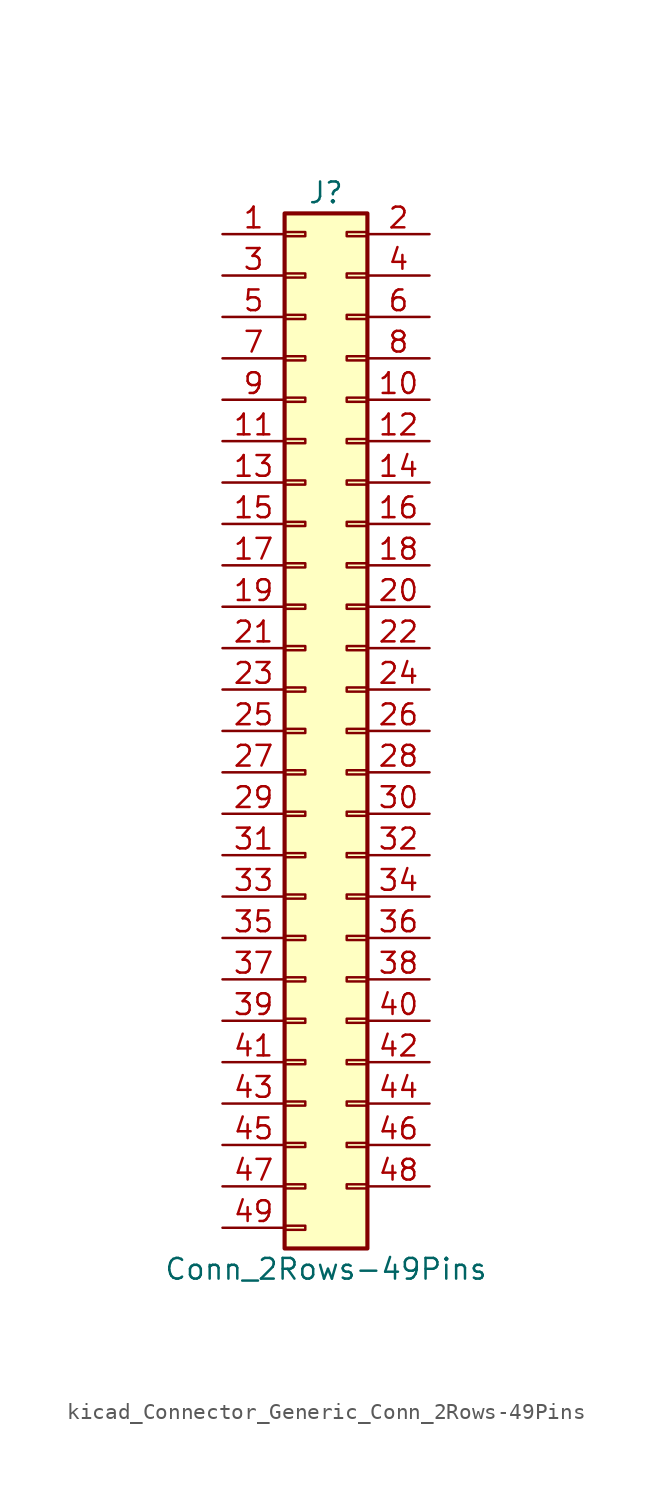
<source format=kicad_sym>
(kicad_symbol_lib
  (version 20220914)
  (generator kicad_symbol_editor)
  (symbol "kicad_Connector_Generic_Conn_2Rows-49Pins"
    (pin_names
      (offset 1.016) hide)
    (property "Reference" "J"
      (at 1.27 33.02 0)
      (effects (font (size 1.27 1.27))))
    (property "Value" "Conn_2Rows-49Pins"
      (at 1.27 -33.02 0)
      (effects (font (size 1.27 1.27))))
    (symbol "kicad_Connector_Generic_Conn_2Rows-49Pins_1_1"
      (rectangle (start -1.27 -30.353) (end 0 -30.607) (stroke (width 0.152) (type default)) (fill (type none)))
      (rectangle (start -1.27 -27.813) (end 0 -28.067) (stroke (width 0.152) (type default)) (fill (type none)))
      (rectangle (start -1.27 -25.273) (end 0 -25.527) (stroke (width 0.152) (type default)) (fill (type none)))
      (rectangle (start -1.27 -22.733) (end 0 -22.987) (stroke (width 0.152) (type default)) (fill (type none)))
      (rectangle (start -1.27 -20.193) (end 0 -20.447) (stroke (width 0.152) (type default)) (fill (type none)))
      (rectangle (start -1.27 -17.653) (end 0 -17.907) (stroke (width 0.152) (type default)) (fill (type none)))
      (rectangle (start -1.27 -15.113) (end 0 -15.367) (stroke (width 0.152) (type default)) (fill (type none)))
      (rectangle (start -1.27 -12.573) (end 0 -12.827) (stroke (width 0.152) (type default)) (fill (type none)))
      (rectangle (start -1.27 -10.033) (end 0 -10.287) (stroke (width 0.152) (type default)) (fill (type none)))
      (rectangle (start -1.27 -7.493) (end 0 -7.747) (stroke (width 0.152) (type default)) (fill (type none)))
      (rectangle (start -1.27 -4.953) (end 0 -5.207) (stroke (width 0.152) (type default)) (fill (type none)))
      (rectangle (start -1.27 -2.413) (end 0 -2.667) (stroke (width 0.152) (type default)) (fill (type none)))
      (rectangle (start -1.27 0.127) (end 0 -0.127) (stroke (width 0.152) (type default)) (fill (type none)))
      (rectangle (start -1.27 2.667) (end 0 2.413) (stroke (width 0.152) (type default)) (fill (type none)))
      (rectangle (start -1.27 5.207) (end 0 4.953) (stroke (width 0.152) (type default)) (fill (type none)))
      (rectangle (start -1.27 7.747) (end 0 7.493) (stroke (width 0.152) (type default)) (fill (type none)))
      (rectangle (start -1.27 10.287) (end 0 10.033) (stroke (width 0.152) (type default)) (fill (type none)))
      (rectangle (start -1.27 12.827) (end 0 12.573) (stroke (width 0.152) (type default)) (fill (type none)))
      (rectangle (start -1.27 15.367) (end 0 15.113) (stroke (width 0.152) (type default)) (fill (type none)))
      (rectangle (start -1.27 17.907) (end 0 17.653) (stroke (width 0.152) (type default)) (fill (type none)))
      (rectangle (start -1.27 20.447) (end 0 20.193) (stroke (width 0.152) (type default)) (fill (type none)))
      (rectangle (start -1.27 22.987) (end 0 22.733) (stroke (width 0.152) (type default)) (fill (type none)))
      (rectangle (start -1.27 25.527) (end 0 25.273) (stroke (width 0.152) (type default)) (fill (type none)))
      (rectangle (start -1.27 28.067) (end 0 27.813) (stroke (width 0.152) (type default)) (fill (type none)))
      (rectangle (start -1.27 30.607) (end 0 30.353) (stroke (width 0.152) (type default)) (fill (type none)))
      (rectangle (start -1.27 31.75) (end 3.81 -31.75) (stroke (width 0.254) (type default)) (fill (type background)))
      (rectangle (start 3.81 -27.813) (end 2.54 -28.067) (stroke (width 0.152) (type default)) (fill (type none)))
      (rectangle (start 3.81 -25.273) (end 2.54 -25.527) (stroke (width 0.152) (type default)) (fill (type none)))
      (rectangle (start 3.81 -22.733) (end 2.54 -22.987) (stroke (width 0.152) (type default)) (fill (type none)))
      (rectangle (start 3.81 -20.193) (end 2.54 -20.447) (stroke (width 0.152) (type default)) (fill (type none)))
      (rectangle (start 3.81 -17.653) (end 2.54 -17.907) (stroke (width 0.152) (type default)) (fill (type none)))
      (rectangle (start 3.81 -15.113) (end 2.54 -15.367) (stroke (width 0.152) (type default)) (fill (type none)))
      (rectangle (start 3.81 -12.573) (end 2.54 -12.827) (stroke (width 0.152) (type default)) (fill (type none)))
      (rectangle (start 3.81 -10.033) (end 2.54 -10.287) (stroke (width 0.152) (type default)) (fill (type none)))
      (rectangle (start 3.81 -7.493) (end 2.54 -7.747) (stroke (width 0.152) (type default)) (fill (type none)))
      (rectangle (start 3.81 -4.953) (end 2.54 -5.207) (stroke (width 0.152) (type default)) (fill (type none)))
      (rectangle (start 3.81 -2.413) (end 2.54 -2.667) (stroke (width 0.152) (type default)) (fill (type none)))
      (rectangle (start 3.81 0.127) (end 2.54 -0.127) (stroke (width 0.152) (type default)) (fill (type none)))
      (rectangle (start 3.81 2.667) (end 2.54 2.413) (stroke (width 0.152) (type default)) (fill (type none)))
      (rectangle (start 3.81 5.207) (end 2.54 4.953) (stroke (width 0.152) (type default)) (fill (type none)))
      (rectangle (start 3.81 7.747) (end 2.54 7.493) (stroke (width 0.152) (type default)) (fill (type none)))
      (rectangle (start 3.81 10.287) (end 2.54 10.033) (stroke (width 0.152) (type default)) (fill (type none)))
      (rectangle (start 3.81 12.827) (end 2.54 12.573) (stroke (width 0.152) (type default)) (fill (type none)))
      (rectangle (start 3.81 15.367) (end 2.54 15.113) (stroke (width 0.152) (type default)) (fill (type none)))
      (rectangle (start 3.81 17.907) (end 2.54 17.653) (stroke (width 0.152) (type default)) (fill (type none)))
      (rectangle (start 3.81 20.447) (end 2.54 20.193) (stroke (width 0.152) (type default)) (fill (type none)))
      (rectangle (start 3.81 22.987) (end 2.54 22.733) (stroke (width 0.152) (type default)) (fill (type none)))
      (rectangle (start 3.81 25.527) (end 2.54 25.273) (stroke (width 0.152) (type default)) (fill (type none)))
      (rectangle (start 3.81 28.067) (end 2.54 27.813) (stroke (width 0.152) (type default)) (fill (type none)))
      (rectangle (start 3.81 30.607) (end 2.54 30.353) (stroke (width 0.152) (type default)) (fill (type none)))
      (pin passive line (at -5.08 30.48 0) (length 3.81) (name "Pin_1" (effects (font (size 1.27 1.27)))) (number "1" (effects (font (size 1.27 1.27)))))
      (pin passive line (at 7.62 20.32 180) (length 3.81) (name "Pin_10" (effects (font (size 1.27 1.27)))) (number "10" (effects (font (size 1.27 1.27)))))
      (pin passive line (at -5.08 17.78 0) (length 3.81) (name "Pin_11" (effects (font (size 1.27 1.27)))) (number "11" (effects (font (size 1.27 1.27)))))
      (pin passive line (at 7.62 17.78 180) (length 3.81) (name "Pin_12" (effects (font (size 1.27 1.27)))) (number "12" (effects (font (size 1.27 1.27)))))
      (pin passive line (at -5.08 15.24 0) (length 3.81) (name "Pin_13" (effects (font (size 1.27 1.27)))) (number "13" (effects (font (size 1.27 1.27)))))
      (pin passive line (at 7.62 15.24 180) (length 3.81) (name "Pin_14" (effects (font (size 1.27 1.27)))) (number "14" (effects (font (size 1.27 1.27)))))
      (pin passive line (at -5.08 12.7 0) (length 3.81) (name "Pin_15" (effects (font (size 1.27 1.27)))) (number "15" (effects (font (size 1.27 1.27)))))
      (pin passive line (at 7.62 12.7 180) (length 3.81) (name "Pin_16" (effects (font (size 1.27 1.27)))) (number "16" (effects (font (size 1.27 1.27)))))
      (pin passive line (at -5.08 10.16 0) (length 3.81) (name "Pin_17" (effects (font (size 1.27 1.27)))) (number "17" (effects (font (size 1.27 1.27)))))
      (pin passive line (at 7.62 10.16 180) (length 3.81) (name "Pin_18" (effects (font (size 1.27 1.27)))) (number "18" (effects (font (size 1.27 1.27)))))
      (pin passive line (at -5.08 7.62 0) (length 3.81) (name "Pin_19" (effects (font (size 1.27 1.27)))) (number "19" (effects (font (size 1.27 1.27)))))
      (pin passive line (at 7.62 30.48 180) (length 3.81) (name "Pin_2" (effects (font (size 1.27 1.27)))) (number "2" (effects (font (size 1.27 1.27)))))
      (pin passive line (at 7.62 7.62 180) (length 3.81) (name "Pin_20" (effects (font (size 1.27 1.27)))) (number "20" (effects (font (size 1.27 1.27)))))
      (pin passive line (at -5.08 5.08 0) (length 3.81) (name "Pin_21" (effects (font (size 1.27 1.27)))) (number "21" (effects (font (size 1.27 1.27)))))
      (pin passive line (at 7.62 5.08 180) (length 3.81) (name "Pin_22" (effects (font (size 1.27 1.27)))) (number "22" (effects (font (size 1.27 1.27)))))
      (pin passive line (at -5.08 2.54 0) (length 3.81) (name "Pin_23" (effects (font (size 1.27 1.27)))) (number "23" (effects (font (size 1.27 1.27)))))
      (pin passive line (at 7.62 2.54 180) (length 3.81) (name "Pin_24" (effects (font (size 1.27 1.27)))) (number "24" (effects (font (size 1.27 1.27)))))
      (pin passive line (at -5.08 0 0) (length 3.81) (name "Pin_25" (effects (font (size 1.27 1.27)))) (number "25" (effects (font (size 1.27 1.27)))))
      (pin passive line (at 7.62 0 180) (length 3.81) (name "Pin_26" (effects (font (size 1.27 1.27)))) (number "26" (effects (font (size 1.27 1.27)))))
      (pin passive line (at -5.08 -2.54 0) (length 3.81) (name "Pin_27" (effects (font (size 1.27 1.27)))) (number "27" (effects (font (size 1.27 1.27)))))
      (pin passive line (at 7.62 -2.54 180) (length 3.81) (name "Pin_28" (effects (font (size 1.27 1.27)))) (number "28" (effects (font (size 1.27 1.27)))))
      (pin passive line (at -5.08 -5.08 0) (length 3.81) (name "Pin_29" (effects (font (size 1.27 1.27)))) (number "29" (effects (font (size 1.27 1.27)))))
      (pin passive line (at -5.08 27.94 0) (length 3.81) (name "Pin_3" (effects (font (size 1.27 1.27)))) (number "3" (effects (font (size 1.27 1.27)))))
      (pin passive line (at 7.62 -5.08 180) (length 3.81) (name "Pin_30" (effects (font (size 1.27 1.27)))) (number "30" (effects (font (size 1.27 1.27)))))
      (pin passive line (at -5.08 -7.62 0) (length 3.81) (name "Pin_31" (effects (font (size 1.27 1.27)))) (number "31" (effects (font (size 1.27 1.27)))))
      (pin passive line (at 7.62 -7.62 180) (length 3.81) (name "Pin_32" (effects (font (size 1.27 1.27)))) (number "32" (effects (font (size 1.27 1.27)))))
      (pin passive line (at -5.08 -10.16 0) (length 3.81) (name "Pin_33" (effects (font (size 1.27 1.27)))) (number "33" (effects (font (size 1.27 1.27)))))
      (pin passive line (at 7.62 -10.16 180) (length 3.81) (name "Pin_34" (effects (font (size 1.27 1.27)))) (number "34" (effects (font (size 1.27 1.27)))))
      (pin passive line (at -5.08 -12.7 0) (length 3.81) (name "Pin_35" (effects (font (size 1.27 1.27)))) (number "35" (effects (font (size 1.27 1.27)))))
      (pin passive line (at 7.62 -12.7 180) (length 3.81) (name "Pin_36" (effects (font (size 1.27 1.27)))) (number "36" (effects (font (size 1.27 1.27)))))
      (pin passive line (at -5.08 -15.24 0) (length 3.81) (name "Pin_37" (effects (font (size 1.27 1.27)))) (number "37" (effects (font (size 1.27 1.27)))))
      (pin passive line (at 7.62 -15.24 180) (length 3.81) (name "Pin_38" (effects (font (size 1.27 1.27)))) (number "38" (effects (font (size 1.27 1.27)))))
      (pin passive line (at -5.08 -17.78 0) (length 3.81) (name "Pin_39" (effects (font (size 1.27 1.27)))) (number "39" (effects (font (size 1.27 1.27)))))
      (pin passive line (at 7.62 27.94 180) (length 3.81) (name "Pin_4" (effects (font (size 1.27 1.27)))) (number "4" (effects (font (size 1.27 1.27)))))
      (pin passive line (at 7.62 -17.78 180) (length 3.81) (name "Pin_40" (effects (font (size 1.27 1.27)))) (number "40" (effects (font (size 1.27 1.27)))))
      (pin passive line (at -5.08 -20.32 0) (length 3.81) (name "Pin_41" (effects (font (size 1.27 1.27)))) (number "41" (effects (font (size 1.27 1.27)))))
      (pin passive line (at 7.62 -20.32 180) (length 3.81) (name "Pin_42" (effects (font (size 1.27 1.27)))) (number "42" (effects (font (size 1.27 1.27)))))
      (pin passive line (at -5.08 -22.86 0) (length 3.81) (name "Pin_43" (effects (font (size 1.27 1.27)))) (number "43" (effects (font (size 1.27 1.27)))))
      (pin passive line (at 7.62 -22.86 180) (length 3.81) (name "Pin_44" (effects (font (size 1.27 1.27)))) (number "44" (effects (font (size 1.27 1.27)))))
      (pin passive line (at -5.08 -25.4 0) (length 3.81) (name "Pin_45" (effects (font (size 1.27 1.27)))) (number "45" (effects (font (size 1.27 1.27)))))
      (pin passive line (at 7.62 -25.4 180) (length 3.81) (name "Pin_46" (effects (font (size 1.27 1.27)))) (number "46" (effects (font (size 1.27 1.27)))))
      (pin passive line (at -5.08 -27.94 0) (length 3.81) (name "Pin_47" (effects (font (size 1.27 1.27)))) (number "47" (effects (font (size 1.27 1.27)))))
      (pin passive line (at 7.62 -27.94 180) (length 3.81) (name "Pin_48" (effects (font (size 1.27 1.27)))) (number "48" (effects (font (size 1.27 1.27)))))
      (pin passive line (at -5.08 -30.48 0) (length 3.81) (name "Pin_49" (effects (font (size 1.27 1.27)))) (number "49" (effects (font (size 1.27 1.27)))))
      (pin passive line (at -5.08 25.4 0) (length 3.81) (name "Pin_5" (effects (font (size 1.27 1.27)))) (number "5" (effects (font (size 1.27 1.27)))))
      (pin passive line (at 7.62 25.4 180) (length 3.81) (name "Pin_6" (effects (font (size 1.27 1.27)))) (number "6" (effects (font (size 1.27 1.27)))))
      (pin passive line (at -5.08 22.86 0) (length 3.81) (name "Pin_7" (effects (font (size 1.27 1.27)))) (number "7" (effects (font (size 1.27 1.27)))))
      (pin passive line (at 7.62 22.86 180) (length 3.81) (name "Pin_8" (effects (font (size 1.27 1.27)))) (number "8" (effects (font (size 1.27 1.27)))))
      (pin passive line (at -5.08 20.32 0) (length 3.81) (name "Pin_9" (effects (font (size 1.27 1.27)))) (number "9" (effects (font (size 1.27 1.27))))))))
</source>
